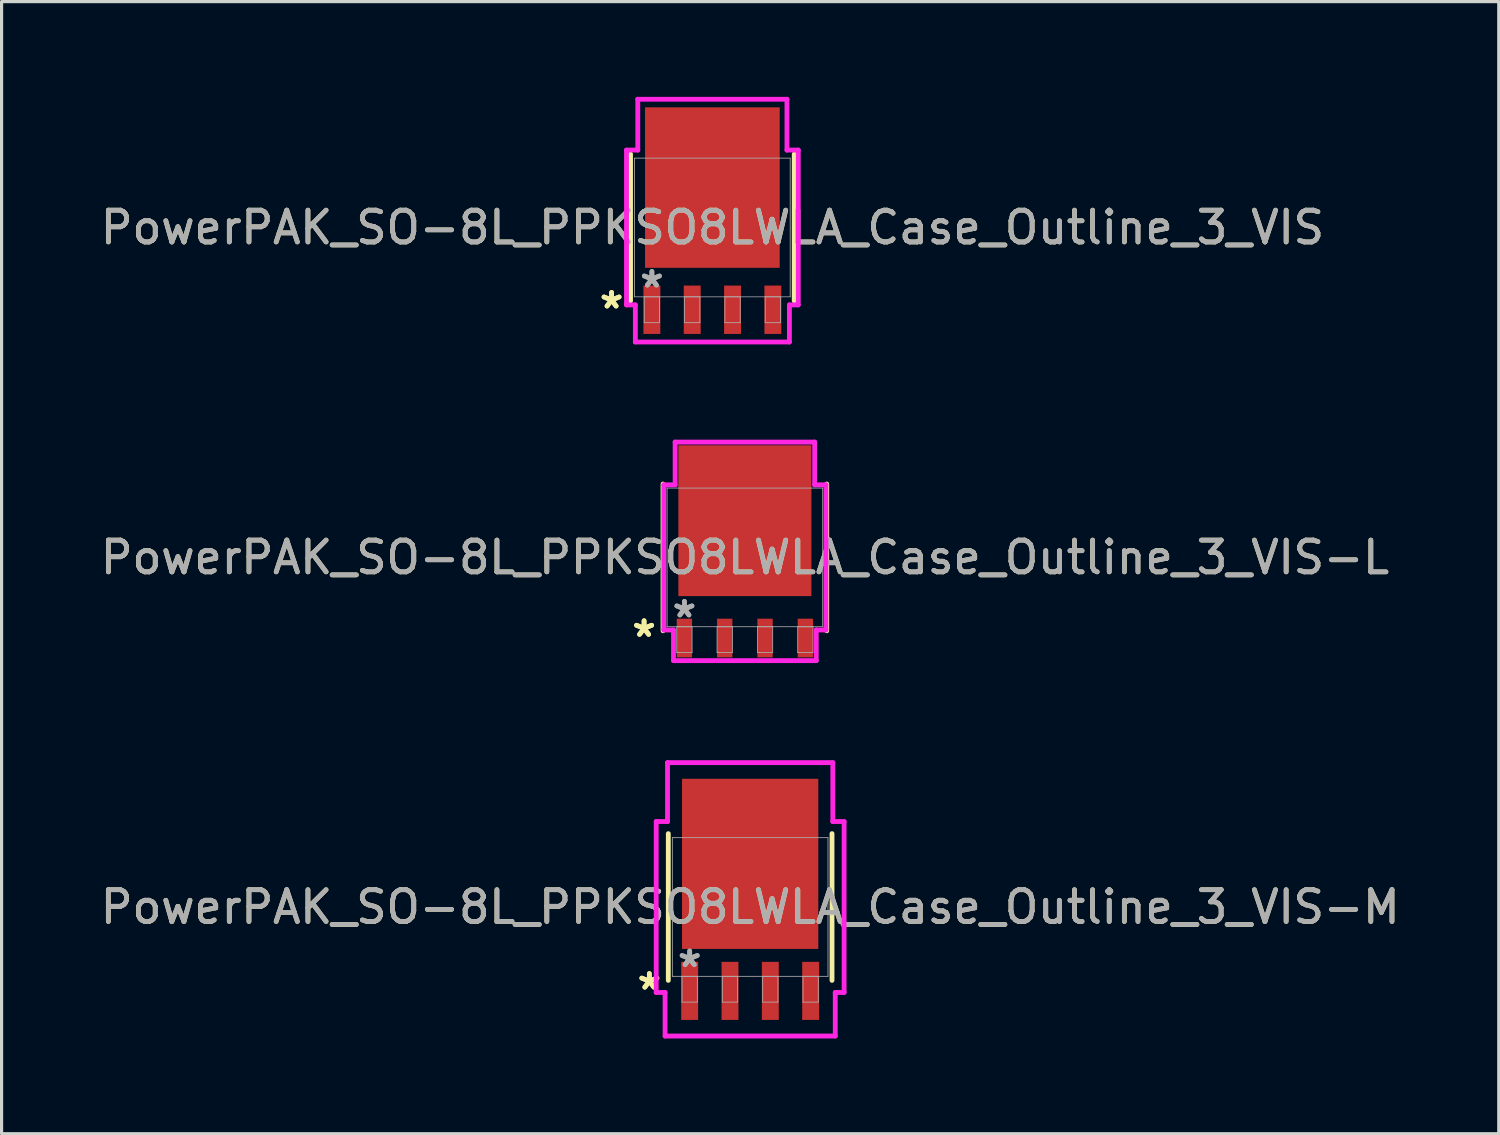
<source format=kicad_pcb>
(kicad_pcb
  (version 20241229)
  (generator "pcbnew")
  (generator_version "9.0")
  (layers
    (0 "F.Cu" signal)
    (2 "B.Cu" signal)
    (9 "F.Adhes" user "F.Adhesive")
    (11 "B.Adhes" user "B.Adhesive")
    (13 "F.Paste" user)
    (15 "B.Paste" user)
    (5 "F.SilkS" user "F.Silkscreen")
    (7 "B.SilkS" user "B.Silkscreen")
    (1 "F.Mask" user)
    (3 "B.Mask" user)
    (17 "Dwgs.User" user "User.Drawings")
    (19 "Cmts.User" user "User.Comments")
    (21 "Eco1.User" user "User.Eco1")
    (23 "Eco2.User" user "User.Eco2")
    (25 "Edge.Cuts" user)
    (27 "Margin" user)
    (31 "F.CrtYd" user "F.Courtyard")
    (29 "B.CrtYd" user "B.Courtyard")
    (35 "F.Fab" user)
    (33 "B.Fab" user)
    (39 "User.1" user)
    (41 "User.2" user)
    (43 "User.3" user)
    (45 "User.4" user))
  (footprint "PowerPAK_SO-8L_PPKSO8LWLA_Case_Outline_3_VIS-L"
    (layer "F.Cu")
    (at 20.411 14.506)
    (property "Reference" "PowerPAK_SO-8L_PPKSO8LWLA_Case_Outline_3_VIS-L" (at 0 0 0) (unlocked yes) (layer "F.SilkS") (effects (font (size 1 1) (thickness 0.15))))
    (attr smd)
    (fp_line (start -2.578 -2.311) (end -2.578 2.311) (stroke (width 0.152) (type solid)) (layer "F.SilkS"))
    (fp_line (start 2.578 2.311) (end 2.578 -2.311) (stroke (width 0.152) (type solid)) (layer "F.SilkS"))
    (fp_line (start -2.553 -2.286) (end -2.197 -2.286) (stroke (width 0.152) (type solid)) (layer "F.CrtYd"))
    (fp_line (start -2.553 2.286) (end -2.553 -2.286) (stroke (width 0.152) (type solid)) (layer "F.CrtYd"))
    (fp_line (start -2.248 2.286) (end -2.553 2.286) (stroke (width 0.152) (type solid)) (layer "F.CrtYd"))
    (fp_line (start -2.248 3.251) (end -2.248 2.286) (stroke (width 0.152) (type solid)) (layer "F.CrtYd"))
    (fp_line (start -2.197 -3.632) (end 2.197 -3.632) (stroke (width 0.152) (type solid)) (layer "F.CrtYd"))
    (fp_line (start -2.197 -2.286) (end -2.197 -3.632) (stroke (width 0.152) (type solid)) (layer "F.CrtYd"))
    (fp_line (start 2.197 -3.632) (end 2.197 -2.286) (stroke (width 0.152) (type solid)) (layer "F.CrtYd"))
    (fp_line (start 2.197 -2.286) (end 2.553 -2.286) (stroke (width 0.152) (type solid)) (layer "F.CrtYd"))
    (fp_line (start 2.248 2.286) (end 2.248 3.251) (stroke (width 0.152) (type solid)) (layer "F.CrtYd"))
    (fp_line (start 2.248 3.251) (end -2.248 3.251) (stroke (width 0.152) (type solid)) (layer "F.CrtYd"))
    (fp_line (start 2.553 -2.286) (end 2.553 2.286) (stroke (width 0.152) (type solid)) (layer "F.CrtYd"))
    (fp_line (start 2.553 2.286) (end 2.248 2.286) (stroke (width 0.152) (type solid)) (layer "F.CrtYd"))
    (fp_line (start -2.451 -2.184) (end -2.451 2.184) (stroke (width 0.025) (type solid)) (layer "F.Fab"))
    (fp_line (start -2.451 2.184) (end 2.451 2.184) (stroke (width 0.025) (type solid)) (layer "F.Fab"))
    (fp_line (start -2.146 2.184) (end -2.146 2.997) (stroke (width 0.025) (type solid)) (layer "F.Fab"))
    (fp_line (start -2.146 2.997) (end -1.664 2.997) (stroke (width 0.025) (type solid)) (layer "F.Fab"))
    (fp_line (start -1.664 2.184) (end -2.146 2.184) (stroke (width 0.025) (type solid)) (layer "F.Fab"))
    (fp_line (start -1.664 2.997) (end -1.664 2.184) (stroke (width 0.025) (type solid)) (layer "F.Fab"))
    (fp_line (start -0.876 2.184) (end -0.876 2.997) (stroke (width 0.025) (type solid)) (layer "F.Fab"))
    (fp_line (start -0.876 2.997) (end -0.394 2.997) (stroke (width 0.025) (type solid)) (layer "F.Fab"))
    (fp_line (start -0.394 2.184) (end -0.876 2.184) (stroke (width 0.025) (type solid)) (layer "F.Fab"))
    (fp_line (start -0.394 2.997) (end -0.394 2.184) (stroke (width 0.025) (type solid)) (layer "F.Fab"))
    (fp_line (start 0.394 2.184) (end 0.394 2.997) (stroke (width 0.025) (type solid)) (layer "F.Fab"))
    (fp_line (start 0.394 2.997) (end 0.876 2.997) (stroke (width 0.025) (type solid)) (layer "F.Fab"))
    (fp_line (start 0.876 2.184) (end 0.394 2.184) (stroke (width 0.025) (type solid)) (layer "F.Fab"))
    (fp_line (start 0.876 2.997) (end 0.876 2.184) (stroke (width 0.025) (type solid)) (layer "F.Fab"))
    (fp_line (start 1.664 2.184) (end 1.664 2.997) (stroke (width 0.025) (type solid)) (layer "F.Fab"))
    (fp_line (start 1.664 2.997) (end 2.146 2.997) (stroke (width 0.025) (type solid)) (layer "F.Fab"))
    (fp_line (start 2.146 2.184) (end 1.664 2.184) (stroke (width 0.025) (type solid)) (layer "F.Fab"))
    (fp_line (start 2.146 2.997) (end 2.146 2.184) (stroke (width 0.025) (type solid)) (layer "F.Fab"))
    (fp_line (start 2.451 -2.184) (end -2.451 -2.184) (stroke (width 0.025) (type solid)) (layer "F.Fab"))
    (fp_line (start 2.451 2.184) (end 2.451 -2.184) (stroke (width 0.025) (type solid)) (layer "F.Fab"))
    (fp_text user "*" (at -3.175 2.54 0) (layer "F.SilkS") (effects (font (size 1 1) (thickness 0.15))))
    (fp_text user "*" (at -3.175 2.54 0) (unlocked yes) (layer "F.SilkS") (effects (font (size 1 1) (thickness 0.15))))
    (fp_text user "${REFERENCE}" (at 0 0 0) (unlocked yes) (layer "F.Fab") (effects (font (size 1 1) (thickness 0.15))))
    (fp_text user "*" (at -1.905 1.93 0) (layer "F.Fab") (effects (font (size 1 1) (thickness 0.15))))
    (fp_text user "*" (at -1.905 1.93 0) (unlocked yes) (layer "F.Fab") (effects (font (size 1 1) (thickness 0.15))))
    (pad "1" smd rect (at -1.905 2.54) (size 0.483 1.219) (layers "F.Cu" "F.Mask" "F.Paste"))
    (pad "2" smd rect (at -0.635 2.54) (size 0.483 1.219) (layers "F.Cu" "F.Mask" "F.Paste"))
    (pad "3" smd rect (at 0.635 2.54) (size 0.483 1.219) (layers "F.Cu" "F.Mask" "F.Paste"))
    (pad "4" smd rect (at 1.905 2.54) (size 0.483 1.219) (layers "F.Cu" "F.Mask" "F.Paste"))
    (pad "5" smd rect (at 0 -1.156) (size 4.191 4.75) (layers "F.Cu" "F.Mask" "F.Paste")))
  (footprint "PowerPAK_SO-8L_PPKSO8LWLA_Case_Outline_3_VIS-M"
    (layer "F.Cu")
    (at 20.577 25.517)
    (property "Reference" "PowerPAK_SO-8L_PPKSO8LWLA_Case_Outline_3_VIS-M" (at 0 0 0) (unlocked yes) (layer "F.SilkS") (effects (font (size 1 1) (thickness 0.15))))
    (attr smd)
    (fp_line (start -2.578 -2.311) (end -2.578 2.311) (stroke (width 0.152) (type solid)) (layer "F.SilkS"))
    (fp_line (start 2.578 2.311) (end 2.578 -2.311) (stroke (width 0.152) (type solid)) (layer "F.SilkS"))
    (fp_line (start -2.959 -2.692) (end -2.603 -2.692) (stroke (width 0.152) (type solid)) (layer "F.CrtYd"))
    (fp_line (start -2.959 2.692) (end -2.959 -2.692) (stroke (width 0.152) (type solid)) (layer "F.CrtYd"))
    (fp_line (start -2.68 2.692) (end -2.959 2.692) (stroke (width 0.152) (type solid)) (layer "F.CrtYd"))
    (fp_line (start -2.68 4.064) (end -2.68 2.692) (stroke (width 0.152) (type solid)) (layer "F.CrtYd"))
    (fp_line (start -2.603 -4.547) (end 2.603 -4.547) (stroke (width 0.152) (type solid)) (layer "F.CrtYd"))
    (fp_line (start -2.603 -2.692) (end -2.603 -4.547) (stroke (width 0.152) (type solid)) (layer "F.CrtYd"))
    (fp_line (start 2.603 -4.547) (end 2.603 -2.692) (stroke (width 0.152) (type solid)) (layer "F.CrtYd"))
    (fp_line (start 2.603 -2.692) (end 2.959 -2.692) (stroke (width 0.152) (type solid)) (layer "F.CrtYd"))
    (fp_line (start 2.68 2.692) (end 2.68 4.064) (stroke (width 0.152) (type solid)) (layer "F.CrtYd"))
    (fp_line (start 2.68 4.064) (end -2.68 4.064) (stroke (width 0.152) (type solid)) (layer "F.CrtYd"))
    (fp_line (start 2.959 -2.692) (end 2.959 2.692) (stroke (width 0.152) (type solid)) (layer "F.CrtYd"))
    (fp_line (start 2.959 2.692) (end 2.68 2.692) (stroke (width 0.152) (type solid)) (layer "F.CrtYd"))
    (fp_line (start -2.451 -2.184) (end -2.451 2.184) (stroke (width 0.025) (type solid)) (layer "F.Fab"))
    (fp_line (start -2.451 2.184) (end 2.451 2.184) (stroke (width 0.025) (type solid)) (layer "F.Fab"))
    (fp_line (start -2.146 2.184) (end -2.146 2.997) (stroke (width 0.025) (type solid)) (layer "F.Fab"))
    (fp_line (start -2.146 2.997) (end -1.664 2.997) (stroke (width 0.025) (type solid)) (layer "F.Fab"))
    (fp_line (start -1.664 2.184) (end -2.146 2.184) (stroke (width 0.025) (type solid)) (layer "F.Fab"))
    (fp_line (start -1.664 2.997) (end -1.664 2.184) (stroke (width 0.025) (type solid)) (layer "F.Fab"))
    (fp_line (start -0.876 2.184) (end -0.876 2.997) (stroke (width 0.025) (type solid)) (layer "F.Fab"))
    (fp_line (start -0.876 2.997) (end -0.394 2.997) (stroke (width 0.025) (type solid)) (layer "F.Fab"))
    (fp_line (start -0.394 2.184) (end -0.876 2.184) (stroke (width 0.025) (type solid)) (layer "F.Fab"))
    (fp_line (start -0.394 2.997) (end -0.394 2.184) (stroke (width 0.025) (type solid)) (layer "F.Fab"))
    (fp_line (start 0.394 2.184) (end 0.394 2.997) (stroke (width 0.025) (type solid)) (layer "F.Fab"))
    (fp_line (start 0.394 2.997) (end 0.876 2.997) (stroke (width 0.025) (type solid)) (layer "F.Fab"))
    (fp_line (start 0.876 2.184) (end 0.394 2.184) (stroke (width 0.025) (type solid)) (layer "F.Fab"))
    (fp_line (start 0.876 2.997) (end 0.876 2.184) (stroke (width 0.025) (type solid)) (layer "F.Fab"))
    (fp_line (start 1.664 2.184) (end 1.664 2.997) (stroke (width 0.025) (type solid)) (layer "F.Fab"))
    (fp_line (start 1.664 2.997) (end 2.146 2.997) (stroke (width 0.025) (type solid)) (layer "F.Fab"))
    (fp_line (start 2.146 2.184) (end 1.664 2.184) (stroke (width 0.025) (type solid)) (layer "F.Fab"))
    (fp_line (start 2.146 2.997) (end 2.146 2.184) (stroke (width 0.025) (type solid)) (layer "F.Fab"))
    (fp_line (start 2.451 -2.184) (end -2.451 -2.184) (stroke (width 0.025) (type solid)) (layer "F.Fab"))
    (fp_line (start 2.451 2.184) (end 2.451 -2.184) (stroke (width 0.025) (type solid)) (layer "F.Fab"))
    (fp_text user "*" (at -3.175 2.642 0) (layer "F.SilkS") (effects (font (size 1 1) (thickness 0.15))))
    (fp_text user "*" (at -3.175 2.642 0) (unlocked yes) (layer "F.SilkS") (effects (font (size 1 1) (thickness 0.15))))
    (fp_text user "${REFERENCE}" (at 0 0 0) (unlocked yes) (layer "F.Fab") (effects (font (size 1 1) (thickness 0.15))))
    (fp_text user "*" (at -1.905 1.93 0) (unlocked yes) (layer "F.Fab") (effects (font (size 1 1) (thickness 0.15))))
    (fp_text user "*" (at -1.905 1.93 0) (layer "F.Fab") (effects (font (size 1 1) (thickness 0.15))))
    (pad "1" smd rect (at -1.905 2.642) (size 0.533 1.829) (layers "F.Cu" "F.Mask" "F.Paste"))
    (pad "2" smd rect (at -0.635 2.642) (size 0.533 1.829) (layers "F.Cu" "F.Mask" "F.Paste"))
    (pad "3" smd rect (at 0.635 2.642) (size 0.533 1.829) (layers "F.Cu" "F.Mask" "F.Paste"))
    (pad "4" smd rect (at 1.905 2.642) (size 0.533 1.829) (layers "F.Cu" "F.Mask" "F.Paste"))
    (pad "5" smd rect (at 0 -1.359) (size 4.293 5.359) (layers "F.Cu" "F.Mask" "F.Paste")))
  (footprint "PowerPAK_SO-8L_PPKSO8LWLA_Case_Outline_3_VIS"
    (layer "F.Cu")
    (at 19.387 4.115)
    (property "Reference" "PowerPAK_SO-8L_PPKSO8LWLA_Case_Outline_3_VIS" (at 0 0 0) (unlocked yes) (layer "F.SilkS") (effects (font (size 1 1) (thickness 0.15))))
    (attr smd)
    (fp_line (start -2.578 -2.311) (end -2.578 2.311) (stroke (width 0.152) (type solid)) (layer "F.SilkS"))
    (fp_line (start 2.578 2.311) (end 2.578 -2.311) (stroke (width 0.152) (type solid)) (layer "F.SilkS"))
    (fp_line (start -2.705 -2.438) (end -2.349 -2.438) (stroke (width 0.152) (type solid)) (layer "F.CrtYd"))
    (fp_line (start -2.705 2.438) (end -2.705 -2.438) (stroke (width 0.152) (type solid)) (layer "F.CrtYd"))
    (fp_line (start -2.426 2.438) (end -2.705 2.438) (stroke (width 0.152) (type solid)) (layer "F.CrtYd"))
    (fp_line (start -2.426 3.607) (end -2.426 2.438) (stroke (width 0.152) (type solid)) (layer "F.CrtYd"))
    (fp_line (start -2.349 -4.039) (end 2.349 -4.039) (stroke (width 0.152) (type solid)) (layer "F.CrtYd"))
    (fp_line (start -2.349 -2.438) (end -2.349 -4.039) (stroke (width 0.152) (type solid)) (layer "F.CrtYd"))
    (fp_line (start 2.349 -4.039) (end 2.349 -2.438) (stroke (width 0.152) (type solid)) (layer "F.CrtYd"))
    (fp_line (start 2.349 -2.438) (end 2.705 -2.438) (stroke (width 0.152) (type solid)) (layer "F.CrtYd"))
    (fp_line (start 2.426 2.438) (end 2.426 3.607) (stroke (width 0.152) (type solid)) (layer "F.CrtYd"))
    (fp_line (start 2.426 3.607) (end -2.426 3.607) (stroke (width 0.152) (type solid)) (layer "F.CrtYd"))
    (fp_line (start 2.705 -2.438) (end 2.705 2.438) (stroke (width 0.152) (type solid)) (layer "F.CrtYd"))
    (fp_line (start 2.705 2.438) (end 2.426 2.438) (stroke (width 0.152) (type solid)) (layer "F.CrtYd"))
    (fp_line (start -2.451 -2.184) (end -2.451 2.184) (stroke (width 0.025) (type solid)) (layer "F.Fab"))
    (fp_line (start -2.451 2.184) (end 2.451 2.184) (stroke (width 0.025) (type solid)) (layer "F.Fab"))
    (fp_line (start -2.146 2.184) (end -2.146 2.997) (stroke (width 0.025) (type solid)) (layer "F.Fab"))
    (fp_line (start -2.146 2.997) (end -1.664 2.997) (stroke (width 0.025) (type solid)) (layer "F.Fab"))
    (fp_line (start -1.664 2.184) (end -2.146 2.184) (stroke (width 0.025) (type solid)) (layer "F.Fab"))
    (fp_line (start -1.664 2.997) (end -1.664 2.184) (stroke (width 0.025) (type solid)) (layer "F.Fab"))
    (fp_line (start -0.876 2.184) (end -0.876 2.997) (stroke (width 0.025) (type solid)) (layer "F.Fab"))
    (fp_line (start -0.876 2.997) (end -0.394 2.997) (stroke (width 0.025) (type solid)) (layer "F.Fab"))
    (fp_line (start -0.394 2.184) (end -0.876 2.184) (stroke (width 0.025) (type solid)) (layer "F.Fab"))
    (fp_line (start -0.394 2.997) (end -0.394 2.184) (stroke (width 0.025) (type solid)) (layer "F.Fab"))
    (fp_line (start 0.394 2.184) (end 0.394 2.997) (stroke (width 0.025) (type solid)) (layer "F.Fab"))
    (fp_line (start 0.394 2.997) (end 0.876 2.997) (stroke (width 0.025) (type solid)) (layer "F.Fab"))
    (fp_line (start 0.876 2.184) (end 0.394 2.184) (stroke (width 0.025) (type solid)) (layer "F.Fab"))
    (fp_line (start 0.876 2.997) (end 0.876 2.184) (stroke (width 0.025) (type solid)) (layer "F.Fab"))
    (fp_line (start 1.664 2.184) (end 1.664 2.997) (stroke (width 0.025) (type solid)) (layer "F.Fab"))
    (fp_line (start 1.664 2.997) (end 2.146 2.997) (stroke (width 0.025) (type solid)) (layer "F.Fab"))
    (fp_line (start 2.146 2.184) (end 1.664 2.184) (stroke (width 0.025) (type solid)) (layer "F.Fab"))
    (fp_line (start 2.146 2.997) (end 2.146 2.184) (stroke (width 0.025) (type solid)) (layer "F.Fab"))
    (fp_line (start 2.451 -2.184) (end -2.451 -2.184) (stroke (width 0.025) (type solid)) (layer "F.Fab"))
    (fp_line (start 2.451 2.184) (end 2.451 -2.184) (stroke (width 0.025) (type solid)) (layer "F.Fab"))
    (fp_text user "*" (at -3.175 2.591 0) (layer "F.SilkS") (effects (font (size 1 1) (thickness 0.15))))
    (fp_text user "*" (at -3.175 2.591 0) (unlocked yes) (layer "F.SilkS") (effects (font (size 1 1) (thickness 0.15))))
    (fp_text user "*" (at -1.905 1.93 0) (layer "F.Fab") (effects (font (size 1 1) (thickness 0.15))))
    (fp_text user "*" (at -1.905 1.93 0) (unlocked yes) (layer "F.Fab") (effects (font (size 1 1) (thickness 0.15))))
    (fp_text user "${REFERENCE}" (at 0 0 0) (unlocked yes) (layer "F.Fab") (effects (font (size 1 1) (thickness 0.15))))
    (pad "1" smd rect (at -1.905 2.591) (size 0.533 1.524) (layers "F.Cu" "F.Mask" "F.Paste"))
    (pad "2" smd rect (at -0.635 2.591) (size 0.533 1.524) (layers "F.Cu" "F.Mask" "F.Paste"))
    (pad "3" smd rect (at 0.635 2.591) (size 0.533 1.524) (layers "F.Cu" "F.Mask" "F.Paste"))
    (pad "4" smd rect (at 1.905 2.591) (size 0.533 1.524) (layers "F.Cu" "F.Mask" "F.Paste"))
    (pad "5" smd rect (at 0 -1.257) (size 4.242 5.055) (layers "F.Cu" "F.Mask" "F.Paste")))
  (gr_rect
    (start -3 -3)
    (end 44.155 32.657)
    (stroke (width 0.1) (type default))
    (fill no)
    (layer "Edge.Cuts")))
</source>
